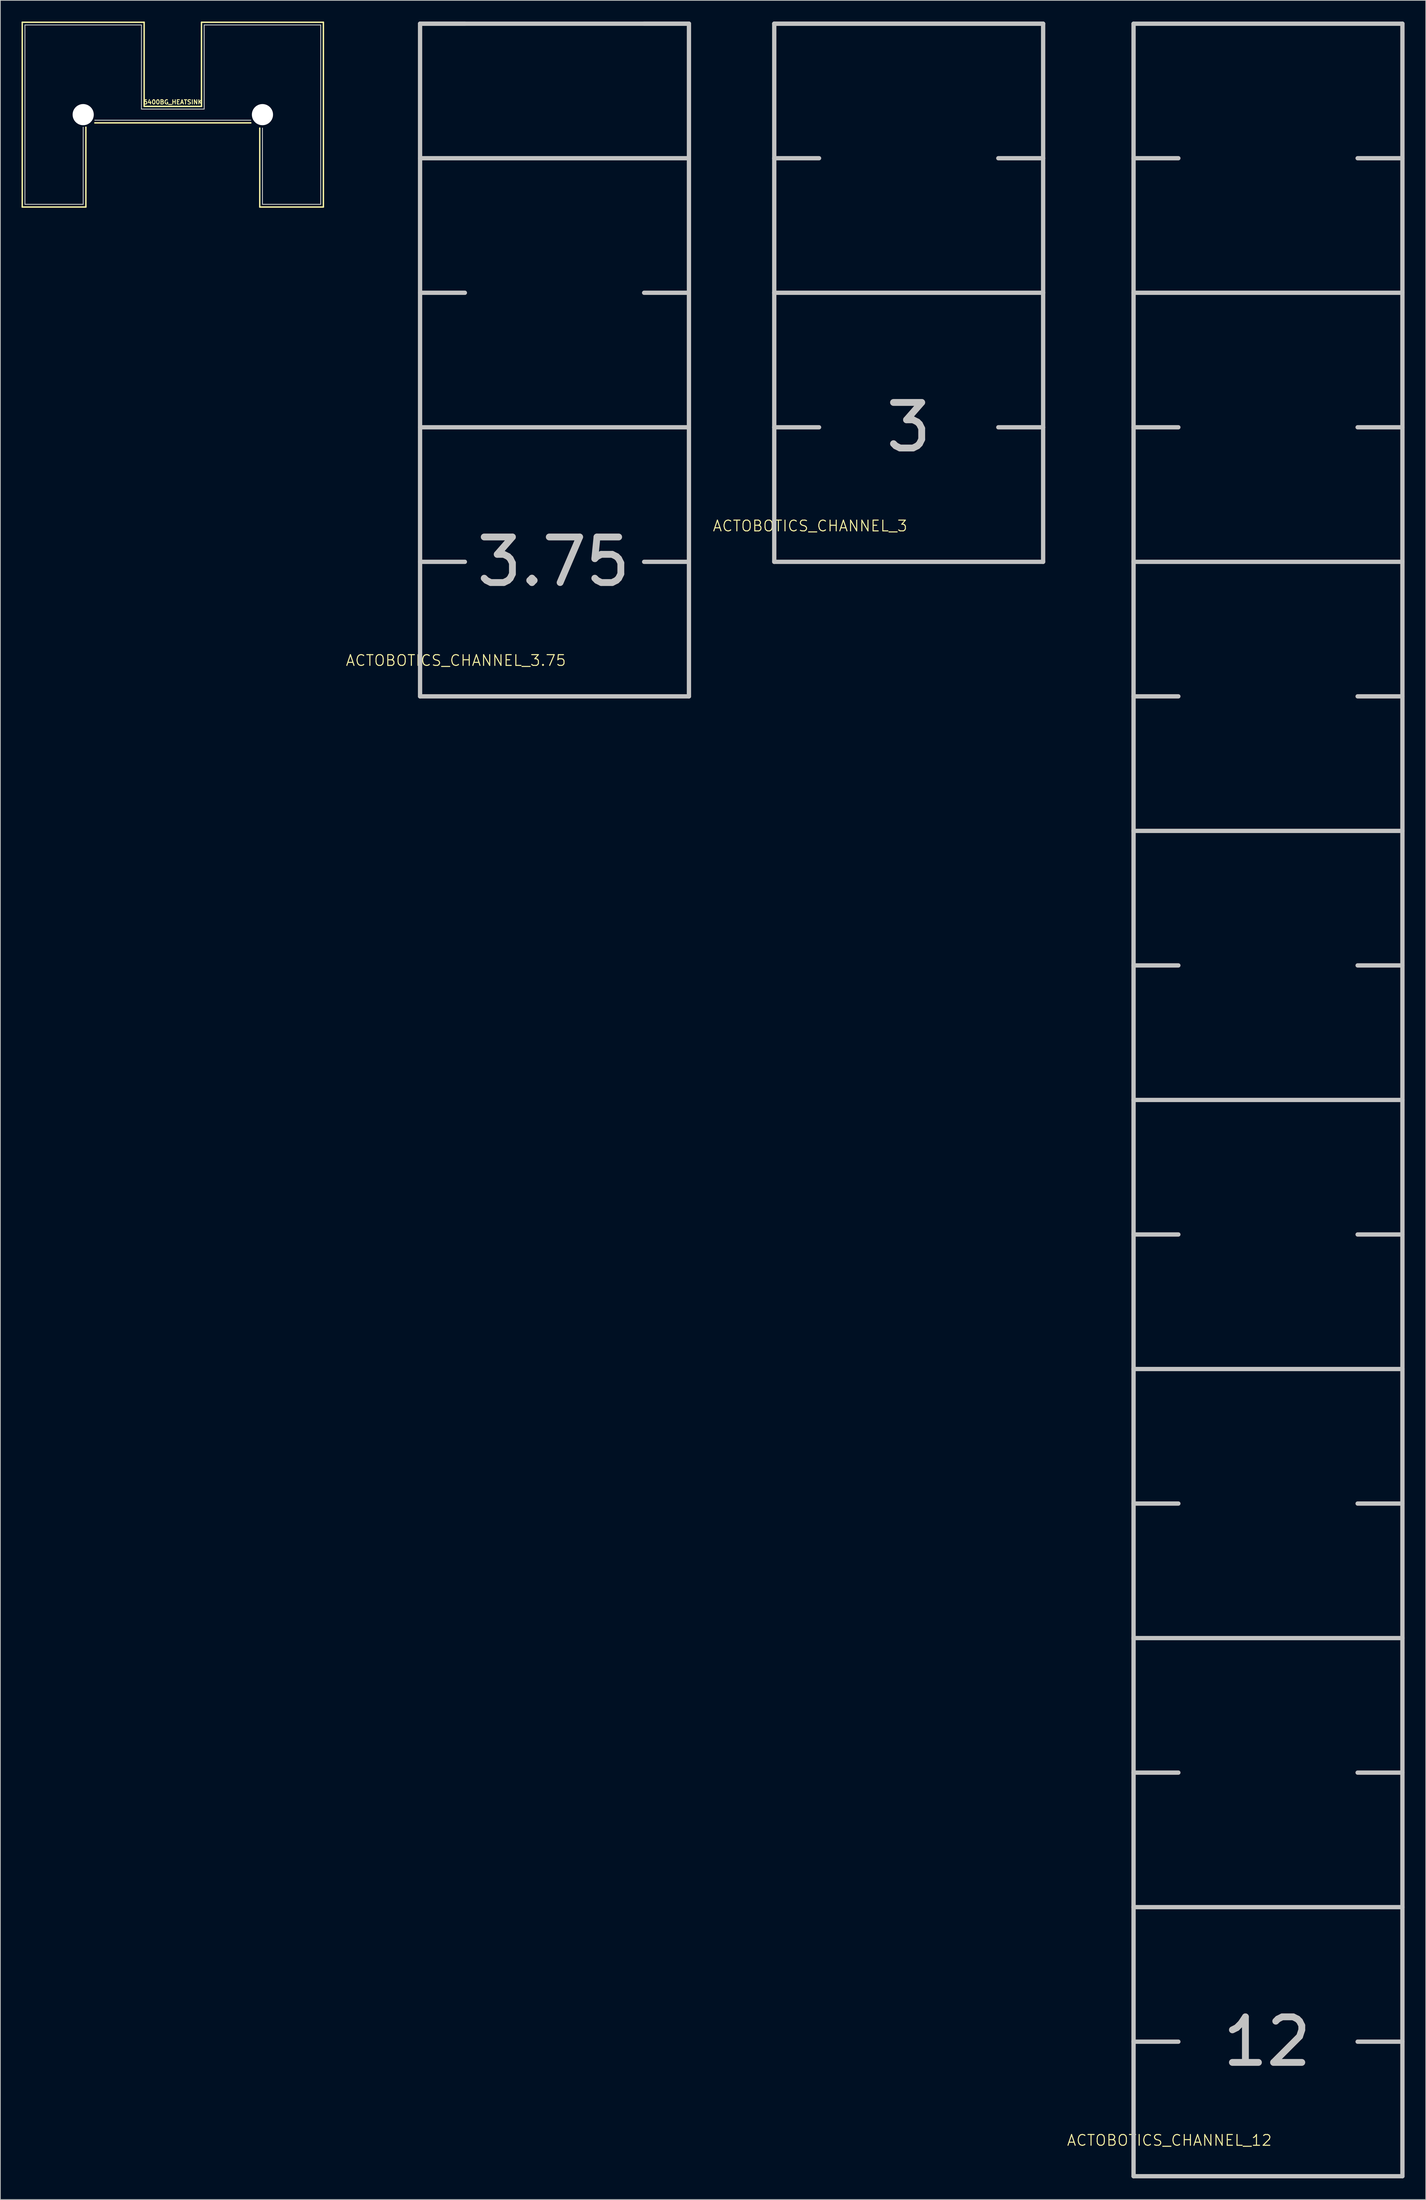
<source format=kicad_pcb>
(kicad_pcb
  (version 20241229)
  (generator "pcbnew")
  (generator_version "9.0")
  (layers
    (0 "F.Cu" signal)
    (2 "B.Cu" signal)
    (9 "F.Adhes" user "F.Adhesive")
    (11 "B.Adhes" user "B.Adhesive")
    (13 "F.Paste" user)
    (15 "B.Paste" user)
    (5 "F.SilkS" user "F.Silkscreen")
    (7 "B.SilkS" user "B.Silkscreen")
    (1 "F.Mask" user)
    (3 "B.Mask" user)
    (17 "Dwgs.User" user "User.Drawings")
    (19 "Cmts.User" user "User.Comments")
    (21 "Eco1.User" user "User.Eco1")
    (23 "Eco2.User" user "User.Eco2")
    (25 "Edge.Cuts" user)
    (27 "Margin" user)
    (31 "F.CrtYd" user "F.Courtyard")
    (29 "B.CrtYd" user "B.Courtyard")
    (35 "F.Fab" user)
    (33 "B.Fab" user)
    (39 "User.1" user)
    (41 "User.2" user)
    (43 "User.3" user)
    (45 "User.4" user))
  (footprint "ACTOBOTICS_CHANNEL_3.75"
    (layer "F.Cu")
    (at 56.471 95.555)
    (property "Reference" "ACTOBOTICS_CHANNEL_3.75" (at 5.08 -5.08 0) (layer "F.SilkS") (effects (font (size 1.524 1.524) (thickness 0.15))))
    (attr exclude_from_pos_files exclude_from_bom)
    (fp_line (start 0 -95.25) (end 0 -76.2) (stroke (width 0.61) (type solid)) (layer "Dwgs.User"))
    (fp_line (start 0 -95.25) (end 6.35 -95.25) (stroke (width 0.61) (type solid)) (layer "Dwgs.User"))
    (fp_line (start 0 -76.2) (end 0 -57.15) (stroke (width 0.61) (type solid)) (layer "Dwgs.User"))
    (fp_line (start 0 -76.2) (end 38.1 -76.2) (stroke (width 0.61) (type solid)) (layer "Dwgs.User"))
    (fp_line (start 0 -57.15) (end 0 -38.1) (stroke (width 0.61) (type solid)) (layer "Dwgs.User"))
    (fp_line (start 0 -57.15) (end 6.35 -57.15) (stroke (width 0.61) (type solid)) (layer "Dwgs.User"))
    (fp_line (start 0 -38.1) (end 0 -19.05) (stroke (width 0.61) (type solid)) (layer "Dwgs.User"))
    (fp_line (start 0 -38.1) (end 38.1 -38.1) (stroke (width 0.61) (type solid)) (layer "Dwgs.User"))
    (fp_line (start 0 -19.05) (end 0 0) (stroke (width 0.61) (type solid)) (layer "Dwgs.User"))
    (fp_line (start 0 -19.05) (end 6.35 -19.05) (stroke (width 0.61) (type solid)) (layer "Dwgs.User"))
    (fp_line (start 0 0) (end 38.1 0) (stroke (width 0.61) (type solid)) (layer "Dwgs.User"))
    (fp_line (start 38.1 -95.25) (end 0 -95.25) (stroke (width 0.61) (type solid)) (layer "Dwgs.User"))
    (fp_line (start 38.1 -95.25) (end 31.75 -95.25) (stroke (width 0.61) (type solid)) (layer "Dwgs.User"))
    (fp_line (start 38.1 -76.2) (end 38.1 -95.25) (stroke (width 0.61) (type solid)) (layer "Dwgs.User"))
    (fp_line (start 38.1 -57.15) (end 31.75 -57.15) (stroke (width 0.61) (type solid)) (layer "Dwgs.User"))
    (fp_line (start 38.1 -57.15) (end 38.1 -76.2) (stroke (width 0.61) (type solid)) (layer "Dwgs.User"))
    (fp_line (start 38.1 -38.1) (end 38.1 -57.15) (stroke (width 0.61) (type solid)) (layer "Dwgs.User"))
    (fp_line (start 38.1 -19.05) (end 31.75 -19.05) (stroke (width 0.61) (type solid)) (layer "Dwgs.User"))
    (fp_line (start 38.1 -19.05) (end 38.1 -38.1) (stroke (width 0.61) (type solid)) (layer "Dwgs.User"))
    (fp_line (start 38.1 0) (end 38.1 -19.05) (stroke (width 0.61) (type solid)) (layer "Dwgs.User"))
    (fp_text user "3.75" (at 18.923 -19.05 180) (layer "Dwgs.User") (effects (font (size 6.452 6.452) (thickness 0.97)))))
  (footprint "6400BG_HEATSINK"
    (layer "F.Cu")
    (at 21.438 13.183)
    (property "Reference" "6400BG_HEATSINK" (at 0 -1.778 0) (layer "F.SilkS") (effects (font (size 0.61 0.61) (thickness 0.127))))
    (attr exclude_from_pos_files exclude_from_bom)
    (fp_line (start -21.336 -13.081) (end -4.064 -13.081) (stroke (width 0.203) (type solid)) (layer "F.SilkS"))
    (fp_line (start -21.336 13.081) (end -21.336 -13.081) (stroke (width 0.203) (type solid)) (layer "F.SilkS"))
    (fp_line (start -12.319 1.778) (end -12.319 13.081) (stroke (width 0.203) (type solid)) (layer "F.SilkS"))
    (fp_line (start -12.319 13.081) (end -21.336 13.081) (stroke (width 0.203) (type solid)) (layer "F.SilkS"))
    (fp_line (start -11.049 1.168) (end 11.049 1.168) (stroke (width 0.203) (type solid)) (layer "F.SilkS"))
    (fp_line (start -4.064 -13.081) (end -4.064 -1.168) (stroke (width 0.203) (type solid)) (layer "F.SilkS"))
    (fp_line (start -4.064 -1.168) (end 4.064 -1.168) (stroke (width 0.203) (type solid)) (layer "F.SilkS"))
    (fp_line (start 4.064 -13.081) (end 21.336 -13.081) (stroke (width 0.203) (type solid)) (layer "F.SilkS"))
    (fp_line (start 4.064 -1.168) (end 4.064 -13.081) (stroke (width 0.203) (type solid)) (layer "F.SilkS"))
    (fp_line (start 12.319 1.905) (end 12.319 13.081) (stroke (width 0.203) (type solid)) (layer "F.SilkS"))
    (fp_line (start 12.319 13.081) (end 21.336 13.081) (stroke (width 0.203) (type solid)) (layer "F.SilkS"))
    (fp_line (start 21.336 13.081) (end 21.336 -13.081) (stroke (width 0.203) (type solid)) (layer "F.SilkS"))
    (fp_line (start -20.955 -12.7) (end -4.445 -12.7) (stroke (width 0.127) (type solid)) (layer "Dwgs.User"))
    (fp_line (start -20.955 12.7) (end -20.955 -12.7) (stroke (width 0.127) (type solid)) (layer "Dwgs.User"))
    (fp_line (start -12.7 1.778) (end -12.7 12.7) (stroke (width 0.127) (type solid)) (layer "Dwgs.User"))
    (fp_line (start -12.7 12.7) (end -20.955 12.7) (stroke (width 0.127) (type solid)) (layer "Dwgs.User"))
    (fp_line (start -11.049 0.787) (end 11.049 0.787) (stroke (width 0.127) (type solid)) (layer "Dwgs.User"))
    (fp_line (start -4.445 -12.7) (end -4.445 -0.787) (stroke (width 0.127) (type solid)) (layer "Dwgs.User"))
    (fp_line (start -4.445 -0.787) (end 4.445 -0.787) (stroke (width 0.127) (type solid)) (layer "Dwgs.User"))
    (fp_line (start 4.445 -12.7) (end 20.955 -12.7) (stroke (width 0.127) (type solid)) (layer "Dwgs.User"))
    (fp_line (start 4.445 -0.787) (end 4.445 -12.7) (stroke (width 0.127) (type solid)) (layer "Dwgs.User"))
    (fp_line (start 12.7 1.905) (end 12.7 12.7) (stroke (width 0.127) (type solid)) (layer "Dwgs.User"))
    (fp_line (start 12.7 12.7) (end 20.955 12.7) (stroke (width 0.127) (type solid)) (layer "Dwgs.User"))
    (fp_line (start 20.955 12.7) (end 20.955 -12.7) (stroke (width 0.127) (type solid)) (layer "Dwgs.User"))
    (pad "" np_thru_hole circle (at -12.7 0) (size 2.997 2.997) (drill 2.997) (layers "*.Cu" "*.Mask"))
    (pad "" np_thru_hole circle (at 12.7 0) (size 2.997 2.997) (drill 2.997) (layers "*.Cu" "*.Mask")))
  (footprint "ACTOBOTICS_CHANNEL_3"
    (layer "F.Cu")
    (at 106.657 76.505)
    (property "Reference" "ACTOBOTICS_CHANNEL_3" (at 5.08 -5.08 0) (layer "F.SilkS") (effects (font (size 1.524 1.524) (thickness 0.15))))
    (attr exclude_from_pos_files exclude_from_bom)
    (fp_line (start 0 -76.2) (end 0 -57.15) (stroke (width 0.61) (type solid)) (layer "Dwgs.User"))
    (fp_line (start 0 -76.2) (end 38.1 -76.2) (stroke (width 0.61) (type solid)) (layer "Dwgs.User"))
    (fp_line (start 0 -57.15) (end 0 -38.1) (stroke (width 0.61) (type solid)) (layer "Dwgs.User"))
    (fp_line (start 0 -57.15) (end 6.35 -57.15) (stroke (width 0.61) (type solid)) (layer "Dwgs.User"))
    (fp_line (start 0 -38.1) (end 0 -19.05) (stroke (width 0.61) (type solid)) (layer "Dwgs.User"))
    (fp_line (start 0 -38.1) (end 38.1 -38.1) (stroke (width 0.61) (type solid)) (layer "Dwgs.User"))
    (fp_line (start 0 -19.05) (end 0 0) (stroke (width 0.61) (type solid)) (layer "Dwgs.User"))
    (fp_line (start 0 -19.05) (end 6.35 -19.05) (stroke (width 0.61) (type solid)) (layer "Dwgs.User"))
    (fp_line (start 0 0) (end 38.1 0) (stroke (width 0.61) (type solid)) (layer "Dwgs.User"))
    (fp_line (start 38.1 -76.2) (end 0 -76.2) (stroke (width 0.61) (type solid)) (layer "Dwgs.User"))
    (fp_line (start 38.1 -57.15) (end 31.75 -57.15) (stroke (width 0.61) (type solid)) (layer "Dwgs.User"))
    (fp_line (start 38.1 -57.15) (end 38.1 -76.2) (stroke (width 0.61) (type solid)) (layer "Dwgs.User"))
    (fp_line (start 38.1 -38.1) (end 38.1 -57.15) (stroke (width 0.61) (type solid)) (layer "Dwgs.User"))
    (fp_line (start 38.1 -19.05) (end 31.75 -19.05) (stroke (width 0.61) (type solid)) (layer "Dwgs.User"))
    (fp_line (start 38.1 -19.05) (end 38.1 -38.1) (stroke (width 0.61) (type solid)) (layer "Dwgs.User"))
    (fp_line (start 38.1 0) (end 38.1 -19.05) (stroke (width 0.61) (type solid)) (layer "Dwgs.User"))
    (fp_text user "3" (at 19.05 -19.05 180) (layer "Dwgs.User") (effects (font (size 6.452 6.452) (thickness 0.97)))))
  (footprint "ACTOBOTICS_CHANNEL_12"
    (layer "F.Cu")
    (at 157.568 305.105)
    (property "Reference" "ACTOBOTICS_CHANNEL_12" (at 5.08 -5.08 0) (layer "F.SilkS") (effects (font (size 1.524 1.524) (thickness 0.15))))
    (attr exclude_from_pos_files exclude_from_bom)
    (fp_line (start 0 -304.8) (end 0 -190.5) (stroke (width 0.61) (type solid)) (layer "Dwgs.User"))
    (fp_line (start 0 -285.75) (end 6.35 -285.75) (stroke (width 0.61) (type solid)) (layer "Dwgs.User"))
    (fp_line (start 0 -266.7) (end 38.1 -266.7) (stroke (width 0.61) (type solid)) (layer "Dwgs.User"))
    (fp_line (start 0 -247.65) (end 6.35 -247.65) (stroke (width 0.61) (type solid)) (layer "Dwgs.User"))
    (fp_line (start 0 -228.6) (end 38.1 -228.6) (stroke (width 0.61) (type solid)) (layer "Dwgs.User"))
    (fp_line (start 0 -209.55) (end 6.35 -209.55) (stroke (width 0.61) (type solid)) (layer "Dwgs.User"))
    (fp_line (start 0 -190.5) (end 0 -152.4) (stroke (width 0.61) (type solid)) (layer "Dwgs.User"))
    (fp_line (start 0 -190.5) (end 38.1 -190.5) (stroke (width 0.61) (type solid)) (layer "Dwgs.User"))
    (fp_line (start 0 -171.45) (end 6.35 -171.45) (stroke (width 0.61) (type solid)) (layer "Dwgs.User"))
    (fp_line (start 0 -152.4) (end 0 -114.3) (stroke (width 0.61) (type solid)) (layer "Dwgs.User"))
    (fp_line (start 0 -152.4) (end 38.1 -152.4) (stroke (width 0.61) (type solid)) (layer "Dwgs.User"))
    (fp_line (start 0 -133.35) (end 6.35 -133.35) (stroke (width 0.61) (type solid)) (layer "Dwgs.User"))
    (fp_line (start 0 -114.3) (end 0 -76.2) (stroke (width 0.61) (type solid)) (layer "Dwgs.User"))
    (fp_line (start 0 -114.3) (end 38.1 -114.3) (stroke (width 0.61) (type solid)) (layer "Dwgs.User"))
    (fp_line (start 0 -95.25) (end 6.35 -95.25) (stroke (width 0.61) (type solid)) (layer "Dwgs.User"))
    (fp_line (start 0 -76.2) (end 0 -57.15) (stroke (width 0.61) (type solid)) (layer "Dwgs.User"))
    (fp_line (start 0 -76.2) (end 38.1 -76.2) (stroke (width 0.61) (type solid)) (layer "Dwgs.User"))
    (fp_line (start 0 -57.15) (end 0 -38.1) (stroke (width 0.61) (type solid)) (layer "Dwgs.User"))
    (fp_line (start 0 -57.15) (end 6.35 -57.15) (stroke (width 0.61) (type solid)) (layer "Dwgs.User"))
    (fp_line (start 0 -38.1) (end 0 -19.05) (stroke (width 0.61) (type solid)) (layer "Dwgs.User"))
    (fp_line (start 0 -38.1) (end 38.1 -38.1) (stroke (width 0.61) (type solid)) (layer "Dwgs.User"))
    (fp_line (start 0 -19.05) (end 0 0) (stroke (width 0.61) (type solid)) (layer "Dwgs.User"))
    (fp_line (start 0 -19.05) (end 6.35 -19.05) (stroke (width 0.61) (type solid)) (layer "Dwgs.User"))
    (fp_line (start 0 0) (end 38.1 0) (stroke (width 0.61) (type solid)) (layer "Dwgs.User"))
    (fp_line (start 38.1 -304.8) (end 0 -304.8) (stroke (width 0.61) (type solid)) (layer "Dwgs.User"))
    (fp_line (start 38.1 -285.75) (end 31.75 -285.75) (stroke (width 0.61) (type solid)) (layer "Dwgs.User"))
    (fp_line (start 38.1 -247.65) (end 31.75 -247.65) (stroke (width 0.61) (type solid)) (layer "Dwgs.User"))
    (fp_line (start 38.1 -209.55) (end 31.75 -209.55) (stroke (width 0.61) (type solid)) (layer "Dwgs.User"))
    (fp_line (start 38.1 -190.5) (end 38.1 -304.8) (stroke (width 0.61) (type solid)) (layer "Dwgs.User"))
    (fp_line (start 38.1 -171.45) (end 31.75 -171.45) (stroke (width 0.61) (type solid)) (layer "Dwgs.User"))
    (fp_line (start 38.1 -152.4) (end 38.1 -190.5) (stroke (width 0.61) (type solid)) (layer "Dwgs.User"))
    (fp_line (start 38.1 -133.35) (end 31.75 -133.35) (stroke (width 0.61) (type solid)) (layer "Dwgs.User"))
    (fp_line (start 38.1 -114.3) (end 38.1 -152.4) (stroke (width 0.61) (type solid)) (layer "Dwgs.User"))
    (fp_line (start 38.1 -95.25) (end 31.75 -95.25) (stroke (width 0.61) (type solid)) (layer "Dwgs.User"))
    (fp_line (start 38.1 -76.2) (end 38.1 -114.3) (stroke (width 0.61) (type solid)) (layer "Dwgs.User"))
    (fp_line (start 38.1 -57.15) (end 31.75 -57.15) (stroke (width 0.61) (type solid)) (layer "Dwgs.User"))
    (fp_line (start 38.1 -57.15) (end 38.1 -76.2) (stroke (width 0.61) (type solid)) (layer "Dwgs.User"))
    (fp_line (start 38.1 -38.1) (end 38.1 -57.15) (stroke (width 0.61) (type solid)) (layer "Dwgs.User"))
    (fp_line (start 38.1 -19.05) (end 31.75 -19.05) (stroke (width 0.61) (type solid)) (layer "Dwgs.User"))
    (fp_line (start 38.1 -19.05) (end 38.1 -38.1) (stroke (width 0.61) (type solid)) (layer "Dwgs.User"))
    (fp_line (start 38.1 0) (end 38.1 -19.05) (stroke (width 0.61) (type solid)) (layer "Dwgs.User"))
    (fp_text user "12" (at 18.923 -19.05 180) (layer "Dwgs.User") (effects (font (size 6.452 6.452) (thickness 0.97)))))
  (gr_rect
    (start -3 -3)
    (end 198.973 308.41)
    (stroke (width 0.1) (type default))
    (fill no)
    (layer "Edge.Cuts")))
</source>
